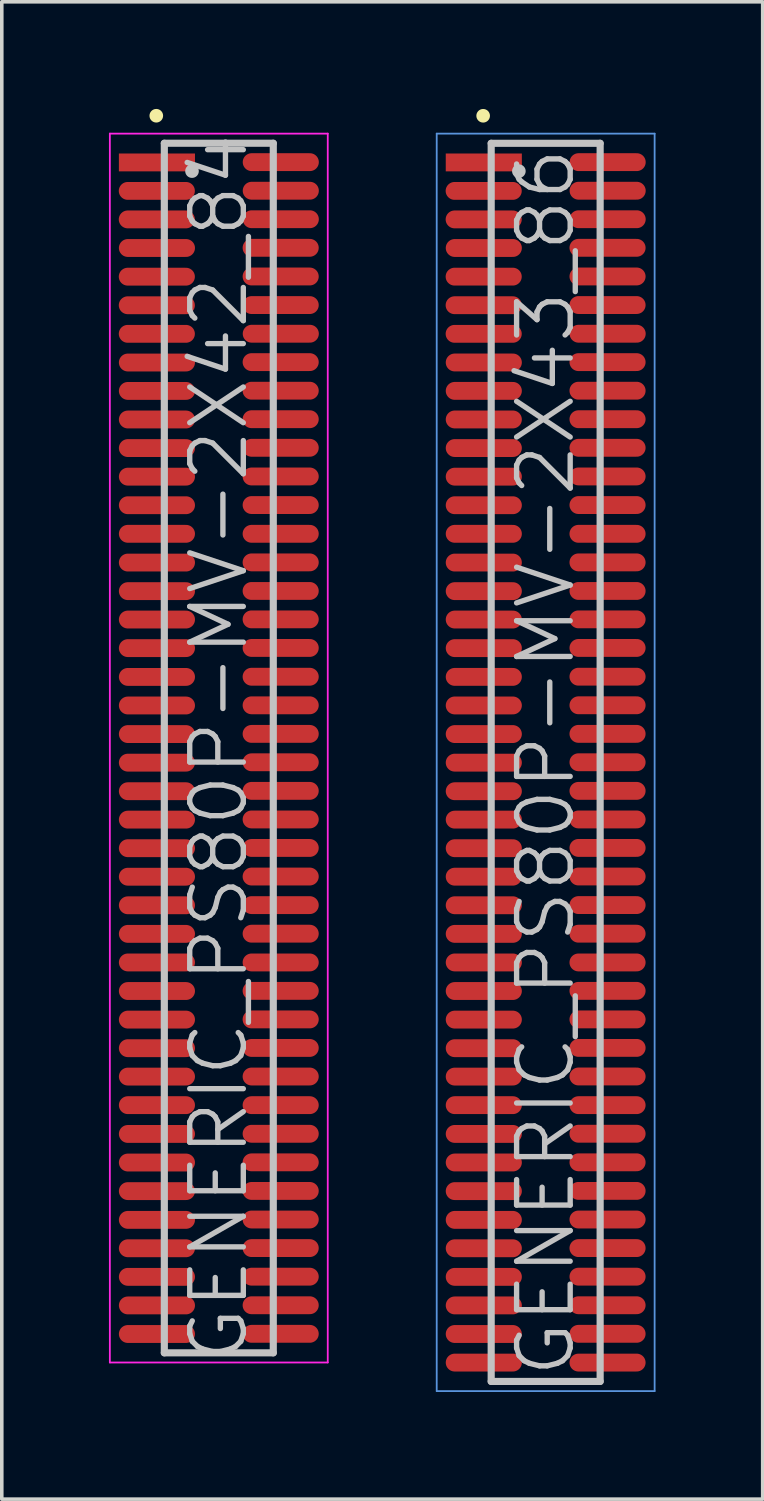
<source format=kicad_pcb>
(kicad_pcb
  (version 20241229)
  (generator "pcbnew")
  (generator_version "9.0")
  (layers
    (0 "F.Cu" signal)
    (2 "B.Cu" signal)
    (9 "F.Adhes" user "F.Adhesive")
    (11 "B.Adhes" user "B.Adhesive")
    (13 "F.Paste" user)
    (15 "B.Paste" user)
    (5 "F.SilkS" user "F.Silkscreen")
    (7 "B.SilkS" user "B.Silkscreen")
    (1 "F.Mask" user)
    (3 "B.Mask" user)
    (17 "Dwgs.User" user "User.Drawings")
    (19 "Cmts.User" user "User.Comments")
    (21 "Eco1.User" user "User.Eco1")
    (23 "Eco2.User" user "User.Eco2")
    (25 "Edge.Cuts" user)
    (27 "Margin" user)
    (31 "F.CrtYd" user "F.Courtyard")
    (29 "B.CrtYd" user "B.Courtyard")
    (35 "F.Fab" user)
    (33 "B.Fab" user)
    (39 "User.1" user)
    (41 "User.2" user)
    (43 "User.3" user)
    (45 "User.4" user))
  (footprint "GENERIC_PS80P-MV-2X43_86"
    (layer "F.Cu")
    (at 12.225 18.291)
    (property "Reference" "GENERIC_PS80P-MV-2X43_86" (at 0 0 90) (layer "Dwgs.User") (effects (font (size 1.5 1.5) (thickness 0.15))))
    (attr smd)
    (fp_line (start -1.75 -18.1) (end -1.75 -18.1) (stroke (width 0.381) (type solid)) (layer "F.SilkS"))
    (fp_line (start -1.525 -17.33) (end -1.525 17.33) (stroke (width 0.2) (type solid)) (layer "Dwgs.User"))
    (fp_line (start -1.525 -17.33) (end 1.525 -17.33) (stroke (width 0.2) (type solid)) (layer "Dwgs.User"))
    (fp_line (start -1.525 17.33) (end 1.525 17.33) (stroke (width 0.2) (type solid)) (layer "Dwgs.User"))
    (fp_line (start -0.75 -16.55) (end -0.75 -16.55) (stroke (width 0.381) (type solid)) (layer "Dwgs.User"))
    (fp_line (start 1.525 -17.33) (end 1.525 17.33) (stroke (width 0.2) (type solid)) (layer "Dwgs.User"))
    (fp_line (start -3.05 -17.6) (end -3.05 17.6) (stroke (width 0.05) (type solid)) (layer "Cmts.User"))
    (fp_line (start -3.05 -17.6) (end 3.05 -17.6) (stroke (width 0.05) (type solid)) (layer "Cmts.User"))
    (fp_line (start -3.05 17.6) (end 3.05 17.6) (stroke (width 0.05) (type solid)) (layer "Cmts.User"))
    (fp_line (start 3.05 -17.6) (end 3.05 17.6) (stroke (width 0.05) (type solid)) (layer "Cmts.User"))
    (pad "1" smd rect (at -1.732 -16.794 270) (size 0.5 2.13) (layers "F.Cu" "F.Mask" "F.Paste"))
    (pad "2" smd oval (at 1.735 -16.802 270) (size 0.5 2.13) (layers "F.Cu" "F.Mask" "F.Paste"))
    (pad "3" smd oval (at -1.735 -15.997 270) (size 0.5 2.13) (layers "F.Cu" "F.Mask" "F.Paste"))
    (pad "4" smd oval (at 1.735 -16.002 270) (size 0.5 2.13) (layers "F.Cu" "F.Mask" "F.Paste"))
    (pad "5" smd oval (at -1.735 -15.199 270) (size 0.5 2.13) (layers "F.Cu" "F.Mask" "F.Paste"))
    (pad "6" smd oval (at 1.735 -15.204 270) (size 0.5 2.13) (layers "F.Cu" "F.Mask" "F.Paste"))
    (pad "7" smd oval (at -1.732 -14.399 270) (size 0.5 2.13) (layers "F.Cu" "F.Mask" "F.Paste"))
    (pad "8" smd oval (at 1.732 -14.404 270) (size 0.5 2.13) (layers "F.Cu" "F.Mask" "F.Paste"))
    (pad "9" smd oval (at -1.735 -13.597 270) (size 0.5 2.13) (layers "F.Cu" "F.Mask" "F.Paste"))
    (pad "10" smd oval (at 1.732 -13.602 270) (size 0.5 2.13) (layers "F.Cu" "F.Mask" "F.Paste"))
    (pad "11" smd oval (at -1.735 -12.797 270) (size 0.5 2.13) (layers "F.Cu" "F.Mask" "F.Paste"))
    (pad "12" smd oval (at 1.732 -12.802 270) (size 0.5 2.13) (layers "F.Cu" "F.Mask" "F.Paste"))
    (pad "13" smd oval (at -1.735 -11.996 270) (size 0.5 2.13) (layers "F.Cu" "F.Mask" "F.Paste"))
    (pad "14" smd oval (at 1.735 -11.999 270) (size 0.5 2.13) (layers "F.Cu" "F.Mask" "F.Paste"))
    (pad "15" smd oval (at -1.732 -11.194 270) (size 0.5 2.13) (layers "F.Cu" "F.Mask" "F.Paste"))
    (pad "16" smd oval (at 1.732 -11.204 270) (size 0.5 2.13) (layers "F.Cu" "F.Mask" "F.Paste"))
    (pad "17" smd oval (at -1.732 -10.399 270) (size 0.5 2.13) (layers "F.Cu" "F.Mask" "F.Paste"))
    (pad "18" smd oval (at 1.732 -10.404 270) (size 0.5 2.13) (layers "F.Cu" "F.Mask" "F.Paste"))
    (pad "19" smd oval (at -1.732 -9.599 270) (size 0.5 2.13) (layers "F.Cu" "F.Mask" "F.Paste"))
    (pad "20" smd oval (at 1.732 -9.606 270) (size 0.5 2.13) (layers "F.Cu" "F.Mask" "F.Paste"))
    (pad "21" smd oval (at -1.732 -8.799 270) (size 0.5 2.13) (layers "F.Cu" "F.Mask" "F.Paste"))
    (pad "22" smd oval (at 1.732 -8.806 270) (size 0.5 2.13) (layers "F.Cu" "F.Mask" "F.Paste"))
    (pad "23" smd oval (at -1.732 -7.998 270) (size 0.5 2.13) (layers "F.Cu" "F.Mask" "F.Paste"))
    (pad "24" smd oval (at 1.732 -8.004 270) (size 0.5 2.13) (layers "F.Cu" "F.Mask" "F.Paste"))
    (pad "25" smd oval (at -1.732 -7.198 270) (size 0.5 2.13) (layers "F.Cu" "F.Mask" "F.Paste"))
    (pad "26" smd oval (at 1.732 -7.203 270) (size 0.5 2.13) (layers "F.Cu" "F.Mask" "F.Paste"))
    (pad "27" smd oval (at -1.732 -6.398 270) (size 0.5 2.13) (layers "F.Cu" "F.Mask" "F.Paste"))
    (pad "28" smd oval (at 1.732 -6.398 270) (size 0.5 2.13) (layers "F.Cu" "F.Mask" "F.Paste"))
    (pad "29" smd oval (at -1.732 -5.593 270) (size 0.5 2.13) (layers "F.Cu" "F.Mask" "F.Paste"))
    (pad "30" smd oval (at 1.732 -5.598 270) (size 0.5 2.13) (layers "F.Cu" "F.Mask" "F.Paste"))
    (pad "31" smd oval (at -1.732 -4.793 270) (size 0.5 2.13) (layers "F.Cu" "F.Mask" "F.Paste"))
    (pad "32" smd oval (at 1.732 -4.798 270) (size 0.5 2.13) (layers "F.Cu" "F.Mask" "F.Paste"))
    (pad "33" smd oval (at -1.732 -3.998 270) (size 0.5 2.13) (layers "F.Cu" "F.Mask" "F.Paste"))
    (pad "34" smd oval (at 1.732 -4.003 270) (size 0.5 2.13) (layers "F.Cu" "F.Mask" "F.Paste"))
    (pad "35" smd oval (at -1.732 -3.198 270) (size 0.5 2.13) (layers "F.Cu" "F.Mask" "F.Paste"))
    (pad "36" smd oval (at 1.732 -3.203 270) (size 0.5 2.13) (layers "F.Cu" "F.Mask" "F.Paste"))
    (pad "37" smd oval (at -1.732 -2.393 270) (size 0.5 2.13) (layers "F.Cu" "F.Mask" "F.Paste"))
    (pad "38" smd oval (at 1.732 -2.398 270) (size 0.5 2.13) (layers "F.Cu" "F.Mask" "F.Paste"))
    (pad "39" smd oval (at -1.732 -1.593 270) (size 0.5 2.13) (layers "F.Cu" "F.Mask" "F.Paste"))
    (pad "40" smd oval (at 1.732 -1.598 270) (size 0.5 2.13) (layers "F.Cu" "F.Mask" "F.Paste"))
    (pad "41" smd oval (at -1.732 -0.792 270) (size 0.5 2.13) (layers "F.Cu" "F.Mask" "F.Paste"))
    (pad "42" smd oval (at 1.732 -0.798 270) (size 0.5 2.13) (layers "F.Cu" "F.Mask" "F.Paste"))
    (pad "43" smd oval (at -1.732 0.008 270) (size 0.5 2.13) (layers "F.Cu" "F.Mask" "F.Paste"))
    (pad "44" smd oval (at 1.732 -0.003 270) (size 0.5 2.13) (layers "F.Cu" "F.Mask" "F.Paste"))
    (pad "45" smd oval (at -1.732 0.808 270) (size 0.5 2.13) (layers "F.Cu" "F.Mask" "F.Paste"))
    (pad "46" smd oval (at 1.732 0.798 270) (size 0.5 2.13) (layers "F.Cu" "F.Mask" "F.Paste"))
    (pad "47" smd oval (at -1.732 1.603 270) (size 0.5 2.13) (layers "F.Cu" "F.Mask" "F.Paste"))
    (pad "48" smd oval (at 1.732 1.598 270) (size 0.5 2.13) (layers "F.Cu" "F.Mask" "F.Paste"))
    (pad "49" smd oval (at -1.732 2.403 270) (size 0.5 2.13) (layers "F.Cu" "F.Mask" "F.Paste"))
    (pad "50" smd oval (at 1.732 2.395 270) (size 0.5 2.13) (layers "F.Cu" "F.Mask" "F.Paste"))
    (pad "51" smd oval (at -1.732 3.2 270) (size 0.5 2.13) (layers "F.Cu" "F.Mask" "F.Paste"))
    (pad "52" smd oval (at 1.732 3.195 270) (size 0.5 2.13) (layers "F.Cu" "F.Mask" "F.Paste"))
    (pad "53" smd oval (at -1.732 4 270) (size 0.5 2.13) (layers "F.Cu" "F.Mask" "F.Paste"))
    (pad "54" smd oval (at 1.732 3.995 270) (size 0.5 2.13) (layers "F.Cu" "F.Mask" "F.Paste"))
    (pad "55" smd oval (at -1.732 4.801 270) (size 0.5 2.13) (layers "F.Cu" "F.Mask" "F.Paste"))
    (pad "56" smd oval (at 1.732 4.796 270) (size 0.5 2.13) (layers "F.Cu" "F.Mask" "F.Paste"))
    (pad "57" smd oval (at -1.732 5.601 270) (size 0.5 2.13) (layers "F.Cu" "F.Mask" "F.Paste"))
    (pad "58" smd oval (at 1.732 5.601 270) (size 0.5 2.13) (layers "F.Cu" "F.Mask" "F.Paste"))
    (pad "59" smd oval (at -1.732 6.401 270) (size 0.5 2.13) (layers "F.Cu" "F.Mask" "F.Paste"))
    (pad "60" smd oval (at 1.732 6.396 270) (size 0.5 2.13) (layers "F.Cu" "F.Mask" "F.Paste"))
    (pad "61" smd oval (at -1.732 7.201 270) (size 0.5 2.13) (layers "F.Cu" "F.Mask" "F.Paste"))
    (pad "62" smd oval (at 1.732 7.196 270) (size 0.5 2.13) (layers "F.Cu" "F.Mask" "F.Paste"))
    (pad "63" smd oval (at -1.732 8.001 270) (size 0.5 2.13) (layers "F.Cu" "F.Mask" "F.Paste"))
    (pad "64" smd oval (at 1.732 7.993 270) (size 0.5 2.13) (layers "F.Cu" "F.Mask" "F.Paste"))
    (pad "65" smd oval (at -1.732 8.796 270) (size 0.5 2.13) (layers "F.Cu" "F.Mask" "F.Paste"))
    (pad "66" smd oval (at 1.732 8.793 270) (size 0.5 2.13) (layers "F.Cu" "F.Mask" "F.Paste"))
    (pad "67" smd oval (at -1.732 9.596 270) (size 0.5 2.13) (layers "F.Cu" "F.Mask" "F.Paste"))
    (pad "68" smd oval (at 1.732 9.596 270) (size 0.5 2.13) (layers "F.Cu" "F.Mask" "F.Paste"))
    (pad "69" smd oval (at -1.732 10.401 270) (size 0.5 2.13) (layers "F.Cu" "F.Mask" "F.Paste"))
    (pad "70" smd oval (at 1.732 10.396 270) (size 0.5 2.13) (layers "F.Cu" "F.Mask" "F.Paste"))
    (pad "71" smd oval (at -1.732 11.201 270) (size 0.5 2.13) (layers "F.Cu" "F.Mask" "F.Paste"))
    (pad "72" smd oval (at 1.732 11.196 270) (size 0.5 2.13) (layers "F.Cu" "F.Mask" "F.Paste"))
    (pad "73" smd oval (at -1.732 12.002 270) (size 0.5 2.13) (layers "F.Cu" "F.Mask" "F.Paste"))
    (pad "74" smd oval (at 1.732 11.996 270) (size 0.5 2.13) (layers "F.Cu" "F.Mask" "F.Paste"))
    (pad "75" smd oval (at -1.732 12.807 270) (size 0.5 2.13) (layers "F.Cu" "F.Mask" "F.Paste"))
    (pad "76" smd oval (at 1.732 12.797 270) (size 0.5 2.13) (layers "F.Cu" "F.Mask" "F.Paste"))
    (pad "77" smd oval (at -1.732 13.602 270) (size 0.5 2.13) (layers "F.Cu" "F.Mask" "F.Paste"))
    (pad "78" smd oval (at 1.732 13.597 270) (size 0.5 2.13) (layers "F.Cu" "F.Mask" "F.Paste"))
    (pad "79" smd oval (at -1.732 14.402 270) (size 0.5 2.13) (layers "F.Cu" "F.Mask" "F.Paste"))
    (pad "80" smd oval (at 1.732 14.397 270) (size 0.5 2.13) (layers "F.Cu" "F.Mask" "F.Paste"))
    (pad "81" smd oval (at -1.732 15.202 270) (size 0.5 2.13) (layers "F.Cu" "F.Mask" "F.Paste"))
    (pad "82" smd oval (at 1.732 15.197 270) (size 0.5 2.13) (layers "F.Cu" "F.Mask" "F.Paste"))
    (pad "83" smd oval (at -1.732 16.002 270) (size 0.5 2.13) (layers "F.Cu" "F.Mask" "F.Paste"))
    (pad "84" smd oval (at 1.732 15.997 270) (size 0.5 2.13) (layers "F.Cu" "F.Mask" "F.Paste"))
    (pad "85" smd oval (at -1.732 16.802 270) (size 0.5 2.13) (layers "F.Cu" "F.Mask" "F.Paste"))
    (pad "86" smd oval (at 1.732 16.802 270) (size 0.5 2.13) (layers "F.Cu" "F.Mask" "F.Paste")))
  (footprint "GENERIC_PS80P-MV-2X42_84"
    (layer "F.Cu")
    (at 3.075 17.89)
    (property "Reference" "GENERIC_PS80P-MV-2X42_84" (at 0 0 90) (layer "Dwgs.User") (effects (font (size 1.5 1.5) (thickness 0.15))))
    (attr smd)
    (fp_line (start -1.75 -17.7) (end -1.75 -17.7) (stroke (width 0.381) (type solid)) (layer "F.SilkS"))
    (fp_line (start -1.525 -16.93) (end -1.525 16.93) (stroke (width 0.2) (type solid)) (layer "Dwgs.User"))
    (fp_line (start -1.525 -16.93) (end 1.525 -16.93) (stroke (width 0.2) (type solid)) (layer "Dwgs.User"))
    (fp_line (start -1.525 16.93) (end 1.525 16.93) (stroke (width 0.2) (type solid)) (layer "Dwgs.User"))
    (fp_line (start -0.75 -16.15) (end -0.75 -16.15) (stroke (width 0.381) (type solid)) (layer "Dwgs.User"))
    (fp_line (start 1.525 -16.93) (end 1.525 16.93) (stroke (width 0.2) (type solid)) (layer "Dwgs.User"))
    (fp_line (start -3.05 -17.2) (end -3.05 17.2) (stroke (width 0.05) (type solid)) (layer "F.CrtYd"))
    (fp_line (start -3.05 -17.2) (end 3.05 -17.2) (stroke (width 0.05) (type solid)) (layer "F.CrtYd"))
    (fp_line (start -3.05 17.2) (end 3.05 17.2) (stroke (width 0.05) (type solid)) (layer "F.CrtYd"))
    (fp_line (start 3.05 -17.2) (end 3.05 17.2) (stroke (width 0.05) (type solid)) (layer "F.CrtYd"))
    (pad "1" smd rect (at -1.732 -16.393 270) (size 0.5 2.13) (layers "F.Cu" "F.Mask" "F.Paste"))
    (pad "2" smd oval (at 1.735 -16.401 270) (size 0.5 2.13) (layers "F.Cu" "F.Mask" "F.Paste"))
    (pad "3" smd oval (at -1.735 -15.596 270) (size 0.5 2.13) (layers "F.Cu" "F.Mask" "F.Paste"))
    (pad "4" smd oval (at 1.735 -15.601 270) (size 0.5 2.13) (layers "F.Cu" "F.Mask" "F.Paste"))
    (pad "5" smd oval (at -1.735 -14.798 270) (size 0.5 2.13) (layers "F.Cu" "F.Mask" "F.Paste"))
    (pad "6" smd oval (at 1.735 -14.803 270) (size 0.5 2.13) (layers "F.Cu" "F.Mask" "F.Paste"))
    (pad "7" smd oval (at -1.732 -13.998 270) (size 0.5 2.13) (layers "F.Cu" "F.Mask" "F.Paste"))
    (pad "8" smd oval (at 1.732 -14.003 270) (size 0.5 2.13) (layers "F.Cu" "F.Mask" "F.Paste"))
    (pad "9" smd oval (at -1.735 -13.195 270) (size 0.5 2.13) (layers "F.Cu" "F.Mask" "F.Paste"))
    (pad "10" smd oval (at 1.732 -13.2 270) (size 0.5 2.13) (layers "F.Cu" "F.Mask" "F.Paste"))
    (pad "11" smd oval (at -1.735 -12.395 270) (size 0.5 2.13) (layers "F.Cu" "F.Mask" "F.Paste"))
    (pad "12" smd oval (at 1.732 -12.4 270) (size 0.5 2.13) (layers "F.Cu" "F.Mask" "F.Paste"))
    (pad "13" smd oval (at -1.735 -11.595 270) (size 0.5 2.13) (layers "F.Cu" "F.Mask" "F.Paste"))
    (pad "14" smd oval (at 1.735 -11.598 270) (size 0.5 2.13) (layers "F.Cu" "F.Mask" "F.Paste"))
    (pad "15" smd oval (at -1.732 -10.792 270) (size 0.5 2.13) (layers "F.Cu" "F.Mask" "F.Paste"))
    (pad "16" smd oval (at 1.732 -10.803 270) (size 0.5 2.13) (layers "F.Cu" "F.Mask" "F.Paste"))
    (pad "17" smd oval (at -1.732 -9.997 270) (size 0.5 2.13) (layers "F.Cu" "F.Mask" "F.Paste"))
    (pad "18" smd oval (at 1.732 -10.003 270) (size 0.5 2.13) (layers "F.Cu" "F.Mask" "F.Paste"))
    (pad "19" smd oval (at -1.732 -9.197 270) (size 0.5 2.13) (layers "F.Cu" "F.Mask" "F.Paste"))
    (pad "20" smd oval (at 1.732 -9.205 270) (size 0.5 2.13) (layers "F.Cu" "F.Mask" "F.Paste"))
    (pad "21" smd oval (at -1.732 -8.397 270) (size 0.5 2.13) (layers "F.Cu" "F.Mask" "F.Paste"))
    (pad "22" smd oval (at 1.732 -8.405 270) (size 0.5 2.13) (layers "F.Cu" "F.Mask" "F.Paste"))
    (pad "23" smd oval (at -1.732 -7.597 270) (size 0.5 2.13) (layers "F.Cu" "F.Mask" "F.Paste"))
    (pad "24" smd oval (at 1.732 -7.602 270) (size 0.5 2.13) (layers "F.Cu" "F.Mask" "F.Paste"))
    (pad "25" smd oval (at -1.732 -6.797 270) (size 0.5 2.13) (layers "F.Cu" "F.Mask" "F.Paste"))
    (pad "26" smd oval (at 1.732 -6.802 270) (size 0.5 2.13) (layers "F.Cu" "F.Mask" "F.Paste"))
    (pad "27" smd oval (at -1.732 -5.997 270) (size 0.5 2.13) (layers "F.Cu" "F.Mask" "F.Paste"))
    (pad "28" smd oval (at 1.732 -5.997 270) (size 0.5 2.13) (layers "F.Cu" "F.Mask" "F.Paste"))
    (pad "29" smd oval (at -1.732 -5.192 270) (size 0.5 2.13) (layers "F.Cu" "F.Mask" "F.Paste"))
    (pad "30" smd oval (at 1.732 -5.197 270) (size 0.5 2.13) (layers "F.Cu" "F.Mask" "F.Paste"))
    (pad "31" smd oval (at -1.732 -4.392 270) (size 0.5 2.13) (layers "F.Cu" "F.Mask" "F.Paste"))
    (pad "32" smd oval (at 1.732 -4.397 270) (size 0.5 2.13) (layers "F.Cu" "F.Mask" "F.Paste"))
    (pad "33" smd oval (at -1.732 -3.597 270) (size 0.5 2.13) (layers "F.Cu" "F.Mask" "F.Paste"))
    (pad "34" smd oval (at 1.732 -3.602 270) (size 0.5 2.13) (layers "F.Cu" "F.Mask" "F.Paste"))
    (pad "35" smd oval (at -1.732 -2.797 270) (size 0.5 2.13) (layers "F.Cu" "F.Mask" "F.Paste"))
    (pad "36" smd oval (at 1.732 -2.802 270) (size 0.5 2.13) (layers "F.Cu" "F.Mask" "F.Paste"))
    (pad "37" smd oval (at -1.732 -1.991 270) (size 0.5 2.13) (layers "F.Cu" "F.Mask" "F.Paste"))
    (pad "38" smd oval (at 1.732 -1.996 270) (size 0.5 2.13) (layers "F.Cu" "F.Mask" "F.Paste"))
    (pad "39" smd oval (at -1.732 -1.191 270) (size 0.5 2.13) (layers "F.Cu" "F.Mask" "F.Paste"))
    (pad "40" smd oval (at 1.732 -1.196 270) (size 0.5 2.13) (layers "F.Cu" "F.Mask" "F.Paste"))
    (pad "41" smd oval (at -1.732 -0.391 270) (size 0.5 2.13) (layers "F.Cu" "F.Mask" "F.Paste"))
    (pad "42" smd oval (at 1.732 -0.396 270) (size 0.5 2.13) (layers "F.Cu" "F.Mask" "F.Paste"))
    (pad "43" smd oval (at -1.732 0.409 270) (size 0.5 2.13) (layers "F.Cu" "F.Mask" "F.Paste"))
    (pad "44" smd oval (at 1.732 0.399 270) (size 0.5 2.13) (layers "F.Cu" "F.Mask" "F.Paste"))
    (pad "45" smd oval (at -1.732 1.209 270) (size 0.5 2.13) (layers "F.Cu" "F.Mask" "F.Paste"))
    (pad "46" smd oval (at 1.732 1.199 270) (size 0.5 2.13) (layers "F.Cu" "F.Mask" "F.Paste"))
    (pad "47" smd oval (at -1.732 2.004 270) (size 0.5 2.13) (layers "F.Cu" "F.Mask" "F.Paste"))
    (pad "48" smd oval (at 1.732 1.999 270) (size 0.5 2.13) (layers "F.Cu" "F.Mask" "F.Paste"))
    (pad "49" smd oval (at -1.732 2.804 270) (size 0.5 2.13) (layers "F.Cu" "F.Mask" "F.Paste"))
    (pad "50" smd oval (at 1.732 2.797 270) (size 0.5 2.13) (layers "F.Cu" "F.Mask" "F.Paste"))
    (pad "51" smd oval (at -1.732 3.602 270) (size 0.5 2.13) (layers "F.Cu" "F.Mask" "F.Paste"))
    (pad "52" smd oval (at 1.732 3.597 270) (size 0.5 2.13) (layers "F.Cu" "F.Mask" "F.Paste"))
    (pad "53" smd oval (at -1.732 4.402 270) (size 0.5 2.13) (layers "F.Cu" "F.Mask" "F.Paste"))
    (pad "54" smd oval (at 1.732 4.397 270) (size 0.5 2.13) (layers "F.Cu" "F.Mask" "F.Paste"))
    (pad "55" smd oval (at -1.732 5.202 270) (size 0.5 2.13) (layers "F.Cu" "F.Mask" "F.Paste"))
    (pad "56" smd oval (at 1.732 5.197 270) (size 0.5 2.13) (layers "F.Cu" "F.Mask" "F.Paste"))
    (pad "57" smd oval (at -1.732 6.002 270) (size 0.5 2.13) (layers "F.Cu" "F.Mask" "F.Paste"))
    (pad "58" smd oval (at 1.732 6.002 270) (size 0.5 2.13) (layers "F.Cu" "F.Mask" "F.Paste"))
    (pad "59" smd oval (at -1.732 6.802 270) (size 0.5 2.13) (layers "F.Cu" "F.Mask" "F.Paste"))
    (pad "60" smd oval (at 1.732 6.797 270) (size 0.5 2.13) (layers "F.Cu" "F.Mask" "F.Paste"))
    (pad "61" smd oval (at -1.732 7.602 270) (size 0.5 2.13) (layers "F.Cu" "F.Mask" "F.Paste"))
    (pad "62" smd oval (at 1.732 7.597 270) (size 0.5 2.13) (layers "F.Cu" "F.Mask" "F.Paste"))
    (pad "63" smd oval (at -1.732 8.402 270) (size 0.5 2.13) (layers "F.Cu" "F.Mask" "F.Paste"))
    (pad "64" smd oval (at 1.732 8.395 270) (size 0.5 2.13) (layers "F.Cu" "F.Mask" "F.Paste"))
    (pad "65" smd oval (at -1.732 9.197 270) (size 0.5 2.13) (layers "F.Cu" "F.Mask" "F.Paste"))
    (pad "66" smd oval (at 1.732 9.195 270) (size 0.5 2.13) (layers "F.Cu" "F.Mask" "F.Paste"))
    (pad "67" smd oval (at -1.732 9.997 270) (size 0.5 2.13) (layers "F.Cu" "F.Mask" "F.Paste"))
    (pad "68" smd oval (at 1.732 9.997 270) (size 0.5 2.13) (layers "F.Cu" "F.Mask" "F.Paste"))
    (pad "69" smd oval (at -1.732 10.803 270) (size 0.5 2.13) (layers "F.Cu" "F.Mask" "F.Paste"))
    (pad "70" smd oval (at 1.732 10.798 270) (size 0.5 2.13) (layers "F.Cu" "F.Mask" "F.Paste"))
    (pad "71" smd oval (at -1.732 11.603 270) (size 0.5 2.13) (layers "F.Cu" "F.Mask" "F.Paste"))
    (pad "72" smd oval (at 1.732 11.598 270) (size 0.5 2.13) (layers "F.Cu" "F.Mask" "F.Paste"))
    (pad "73" smd oval (at -1.732 12.403 270) (size 0.5 2.13) (layers "F.Cu" "F.Mask" "F.Paste"))
    (pad "74" smd oval (at 1.732 12.398 270) (size 0.5 2.13) (layers "F.Cu" "F.Mask" "F.Paste"))
    (pad "75" smd oval (at -1.732 13.208 270) (size 0.5 2.13) (layers "F.Cu" "F.Mask" "F.Paste"))
    (pad "76" smd oval (at 1.732 13.198 270) (size 0.5 2.13) (layers "F.Cu" "F.Mask" "F.Paste"))
    (pad "77" smd oval (at -1.732 14.003 270) (size 0.5 2.13) (layers "F.Cu" "F.Mask" "F.Paste"))
    (pad "78" smd oval (at 1.732 13.998 270) (size 0.5 2.13) (layers "F.Cu" "F.Mask" "F.Paste"))
    (pad "79" smd oval (at -1.732 14.803 270) (size 0.5 2.13) (layers "F.Cu" "F.Mask" "F.Paste"))
    (pad "80" smd oval (at 1.732 14.798 270) (size 0.5 2.13) (layers "F.Cu" "F.Mask" "F.Paste"))
    (pad "81" smd oval (at -1.732 15.603 270) (size 0.5 2.13) (layers "F.Cu" "F.Mask" "F.Paste"))
    (pad "82" smd oval (at 1.732 15.598 270) (size 0.5 2.13) (layers "F.Cu" "F.Mask" "F.Paste"))
    (pad "83" smd oval (at -1.732 16.403 270) (size 0.5 2.13) (layers "F.Cu" "F.Mask" "F.Paste"))
    (pad "84" smd oval (at 1.732 16.398 270) (size 0.5 2.13) (layers "F.Cu" "F.Mask" "F.Paste")))
  (gr_rect
    (start -3 -3)
    (end 18.3 38.916)
    (stroke (width 0.1) (type default))
    (fill no)
    (layer "Edge.Cuts")))
</source>
